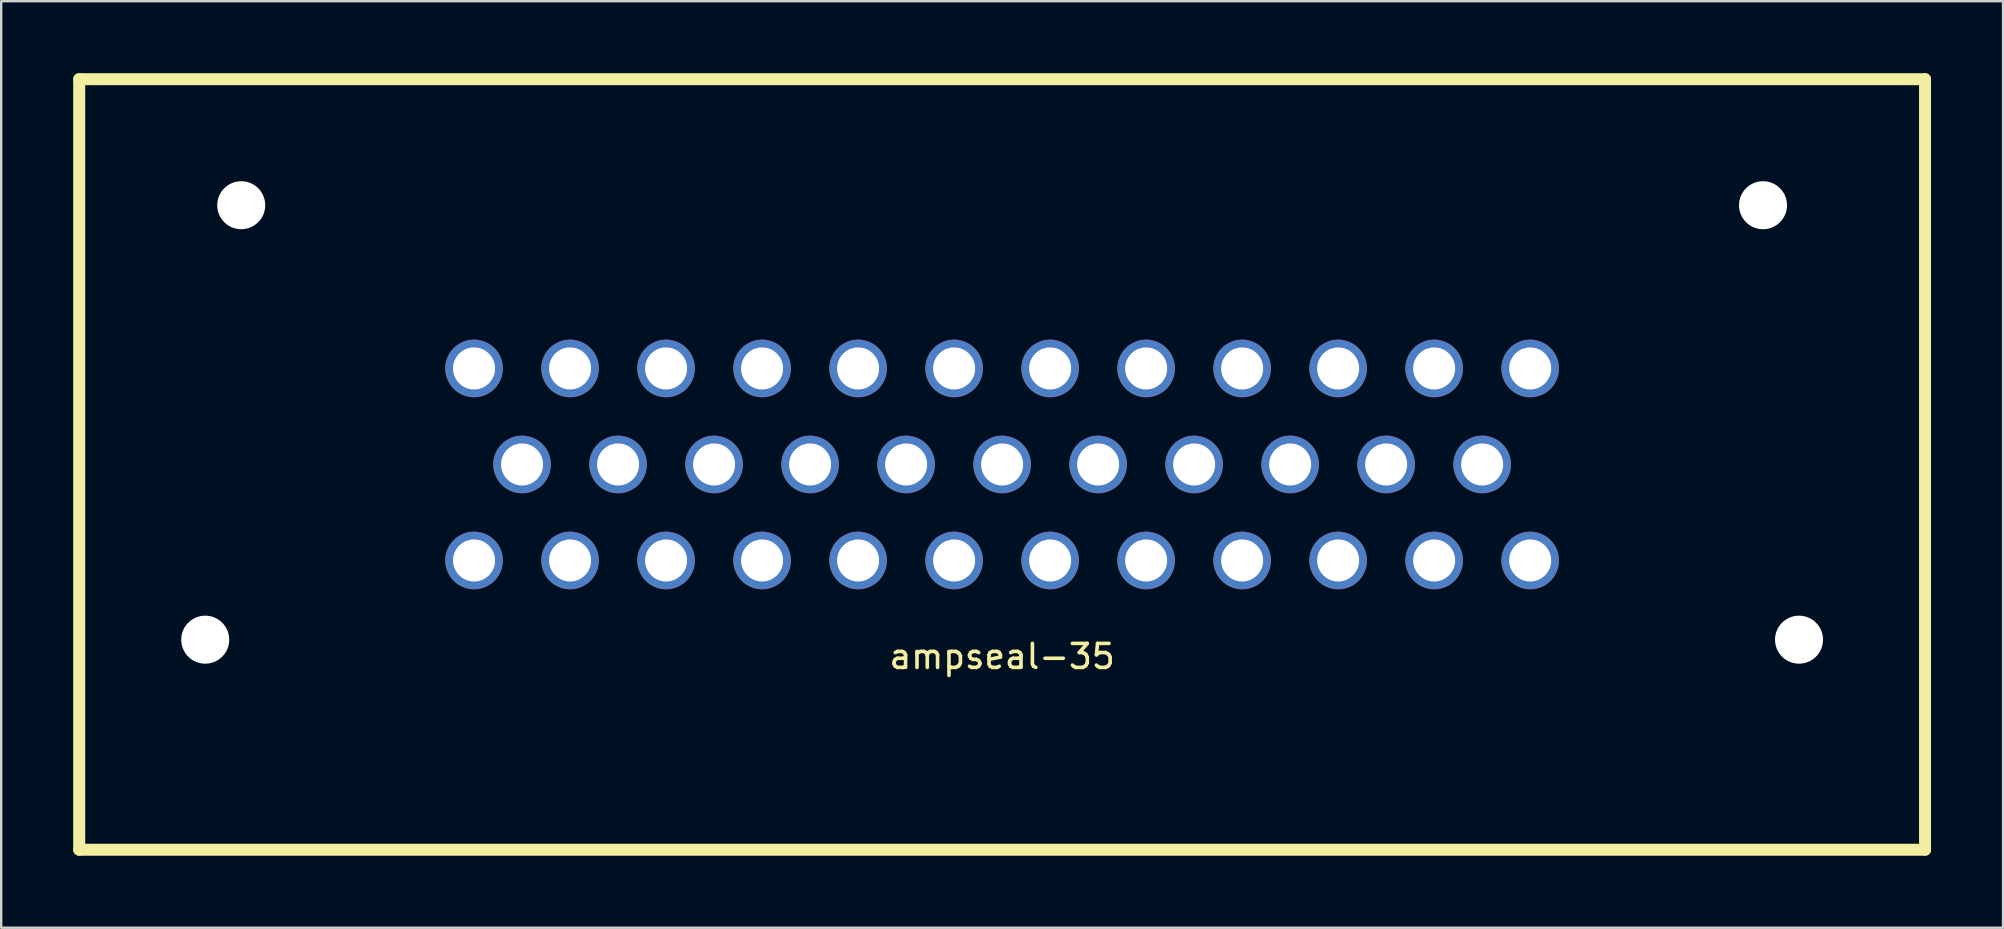
<source format=kicad_pcb>
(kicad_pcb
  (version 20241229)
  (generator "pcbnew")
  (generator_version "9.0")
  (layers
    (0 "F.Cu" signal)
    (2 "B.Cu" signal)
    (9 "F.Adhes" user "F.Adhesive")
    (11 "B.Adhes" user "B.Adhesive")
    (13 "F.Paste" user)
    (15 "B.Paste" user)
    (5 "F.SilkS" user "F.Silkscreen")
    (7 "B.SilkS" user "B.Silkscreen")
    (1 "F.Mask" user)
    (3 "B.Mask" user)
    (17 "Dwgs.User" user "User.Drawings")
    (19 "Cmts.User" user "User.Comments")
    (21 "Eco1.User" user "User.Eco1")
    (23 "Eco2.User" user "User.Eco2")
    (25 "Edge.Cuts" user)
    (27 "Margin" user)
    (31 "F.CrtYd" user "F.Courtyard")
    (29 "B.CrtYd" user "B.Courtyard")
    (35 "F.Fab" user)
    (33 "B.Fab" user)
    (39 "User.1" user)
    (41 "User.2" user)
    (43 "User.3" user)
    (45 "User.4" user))
  (footprint "ampseal-35"
    (layer "F.Cu")
    (at 38.7 16.3)
    (property "Reference" "ampseal-35" (at 0 8 0) (layer "F.SilkS") (effects (font (size 1 1) (thickness 0.15))))
    (attr through_hole)
    (fp_line (start -38.45 -16.05) (end -38.45 16.05) (stroke (width 0.5) (type solid)) (layer "F.SilkS"))
    (fp_line (start -38.45 -16.05) (end 38.45 -16.05) (stroke (width 0.5) (type solid)) (layer "F.SilkS"))
    (fp_line (start -38.45 16.05) (end 38.45 16.05) (stroke (width 0.5) (type solid)) (layer "F.SilkS"))
    (fp_line (start 38.45 -16.05) (end 38.45 16.05) (stroke (width 0.5) (type solid)) (layer "F.SilkS"))
    (pad "" np_thru_hole circle (at -33.2 7.3) (size 2 2) (drill 2) (layers "*.Cu" "*.Mask"))
    (pad "" np_thru_hole circle (at -31.7 -10.8) (size 2 2) (drill 2) (layers "*.Cu" "*.Mask"))
    (pad "" np_thru_hole circle (at 31.7 -10.8) (size 2 2) (drill 2) (layers "*.Cu" "*.Mask"))
    (pad "" np_thru_hole circle (at 33.2 7.3) (size 2 2) (drill 2) (layers "*.Cu" "*.Mask"))
    (pad "1" thru_hole circle (at -22 -4) (size 2.4 2.4) (drill 1.75) (layers "*.Cu" "*.Mask"))
    (pad "2" thru_hole circle (at -18 -4) (size 2.4 2.4) (drill 1.75) (layers "*.Cu" "*.Mask"))
    (pad "3" thru_hole circle (at -14 -4) (size 2.4 2.4) (drill 1.75) (layers "*.Cu" "*.Mask"))
    (pad "4" thru_hole circle (at -10 -4) (size 2.4 2.4) (drill 1.75) (layers "*.Cu" "*.Mask"))
    (pad "5" thru_hole circle (at -6 -4) (size 2.4 2.4) (drill 1.75) (layers "*.Cu" "*.Mask"))
    (pad "6" thru_hole circle (at -2 -4) (size 2.4 2.4) (drill 1.75) (layers "*.Cu" "*.Mask"))
    (pad "7" thru_hole circle (at 2 -4) (size 2.4 2.4) (drill 1.75) (layers "*.Cu" "*.Mask"))
    (pad "8" thru_hole circle (at 6 -4) (size 2.4 2.4) (drill 1.75) (layers "*.Cu" "*.Mask"))
    (pad "9" thru_hole circle (at 10 -4) (size 2.4 2.4) (drill 1.75) (layers "*.Cu" "*.Mask"))
    (pad "10" thru_hole circle (at 14 -4) (size 2.4 2.4) (drill 1.75) (layers "*.Cu" "*.Mask"))
    (pad "11" thru_hole circle (at 18 -4) (size 2.4 2.4) (drill 1.75) (layers "*.Cu" "*.Mask"))
    (pad "12" thru_hole circle (at 22 -4) (size 2.4 2.4) (drill 1.75) (layers "*.Cu" "*.Mask"))
    (pad "13" thru_hole circle (at -20 0) (size 2.4 2.4) (drill 1.75) (layers "*.Cu" "*.Mask"))
    (pad "14" thru_hole circle (at -16 0) (size 2.4 2.4) (drill 1.75) (layers "*.Cu" "*.Mask"))
    (pad "15" thru_hole circle (at -12 0) (size 2.4 2.4) (drill 1.75) (layers "*.Cu" "*.Mask"))
    (pad "16" thru_hole circle (at -8 0) (size 2.4 2.4) (drill 1.75) (layers "*.Cu" "*.Mask"))
    (pad "17" thru_hole circle (at -4 0) (size 2.4 2.4) (drill 1.75) (layers "*.Cu" "*.Mask"))
    (pad "18" thru_hole circle (at 0 0) (size 2.4 2.4) (drill 1.75) (layers "*.Cu" "*.Mask"))
    (pad "19" thru_hole circle (at 4 0) (size 2.4 2.4) (drill 1.75) (layers "*.Cu" "*.Mask"))
    (pad "20" thru_hole circle (at 8 0) (size 2.4 2.4) (drill 1.75) (layers "*.Cu" "*.Mask"))
    (pad "21" thru_hole circle (at 12 0) (size 2.4 2.4) (drill 1.75) (layers "*.Cu" "*.Mask"))
    (pad "22" thru_hole circle (at 16 0) (size 2.4 2.4) (drill 1.75) (layers "*.Cu" "*.Mask"))
    (pad "23" thru_hole circle (at 20 0) (size 2.4 2.4) (drill 1.75) (layers "*.Cu" "*.Mask"))
    (pad "24" thru_hole circle (at -22 4) (size 2.4 2.4) (drill 1.75) (layers "*.Cu" "*.Mask"))
    (pad "25" thru_hole circle (at -18 4) (size 2.4 2.4) (drill 1.75) (layers "*.Cu" "*.Mask"))
    (pad "26" thru_hole circle (at -14 4) (size 2.4 2.4) (drill 1.75) (layers "*.Cu" "*.Mask"))
    (pad "27" thru_hole circle (at -10 4) (size 2.4 2.4) (drill 1.75) (layers "*.Cu" "*.Mask"))
    (pad "28" thru_hole circle (at -6 4) (size 2.4 2.4) (drill 1.75) (layers "*.Cu" "*.Mask"))
    (pad "29" thru_hole circle (at -2 4) (size 2.4 2.4) (drill 1.75) (layers "*.Cu" "*.Mask"))
    (pad "30" thru_hole circle (at 2 4) (size 2.4 2.4) (drill 1.75) (layers "*.Cu" "*.Mask"))
    (pad "31" thru_hole circle (at 6 4) (size 2.4 2.4) (drill 1.75) (layers "*.Cu" "*.Mask"))
    (pad "32" thru_hole circle (at 10 4) (size 2.4 2.4) (drill 1.75) (layers "*.Cu" "*.Mask"))
    (pad "33" thru_hole circle (at 14 4) (size 2.4 2.4) (drill 1.75) (layers "*.Cu" "*.Mask"))
    (pad "34" thru_hole circle (at 18 4) (size 2.4 2.4) (drill 1.75) (layers "*.Cu" "*.Mask"))
    (pad "35" thru_hole circle (at 22 4) (size 2.4 2.4) (drill 1.75) (layers "*.Cu" "*.Mask")))
  (gr_rect
    (start -3 -3)
    (end 80.4 35.6)
    (stroke (width 0.1) (type default))
    (fill no)
    (layer "Edge.Cuts")))
</source>
